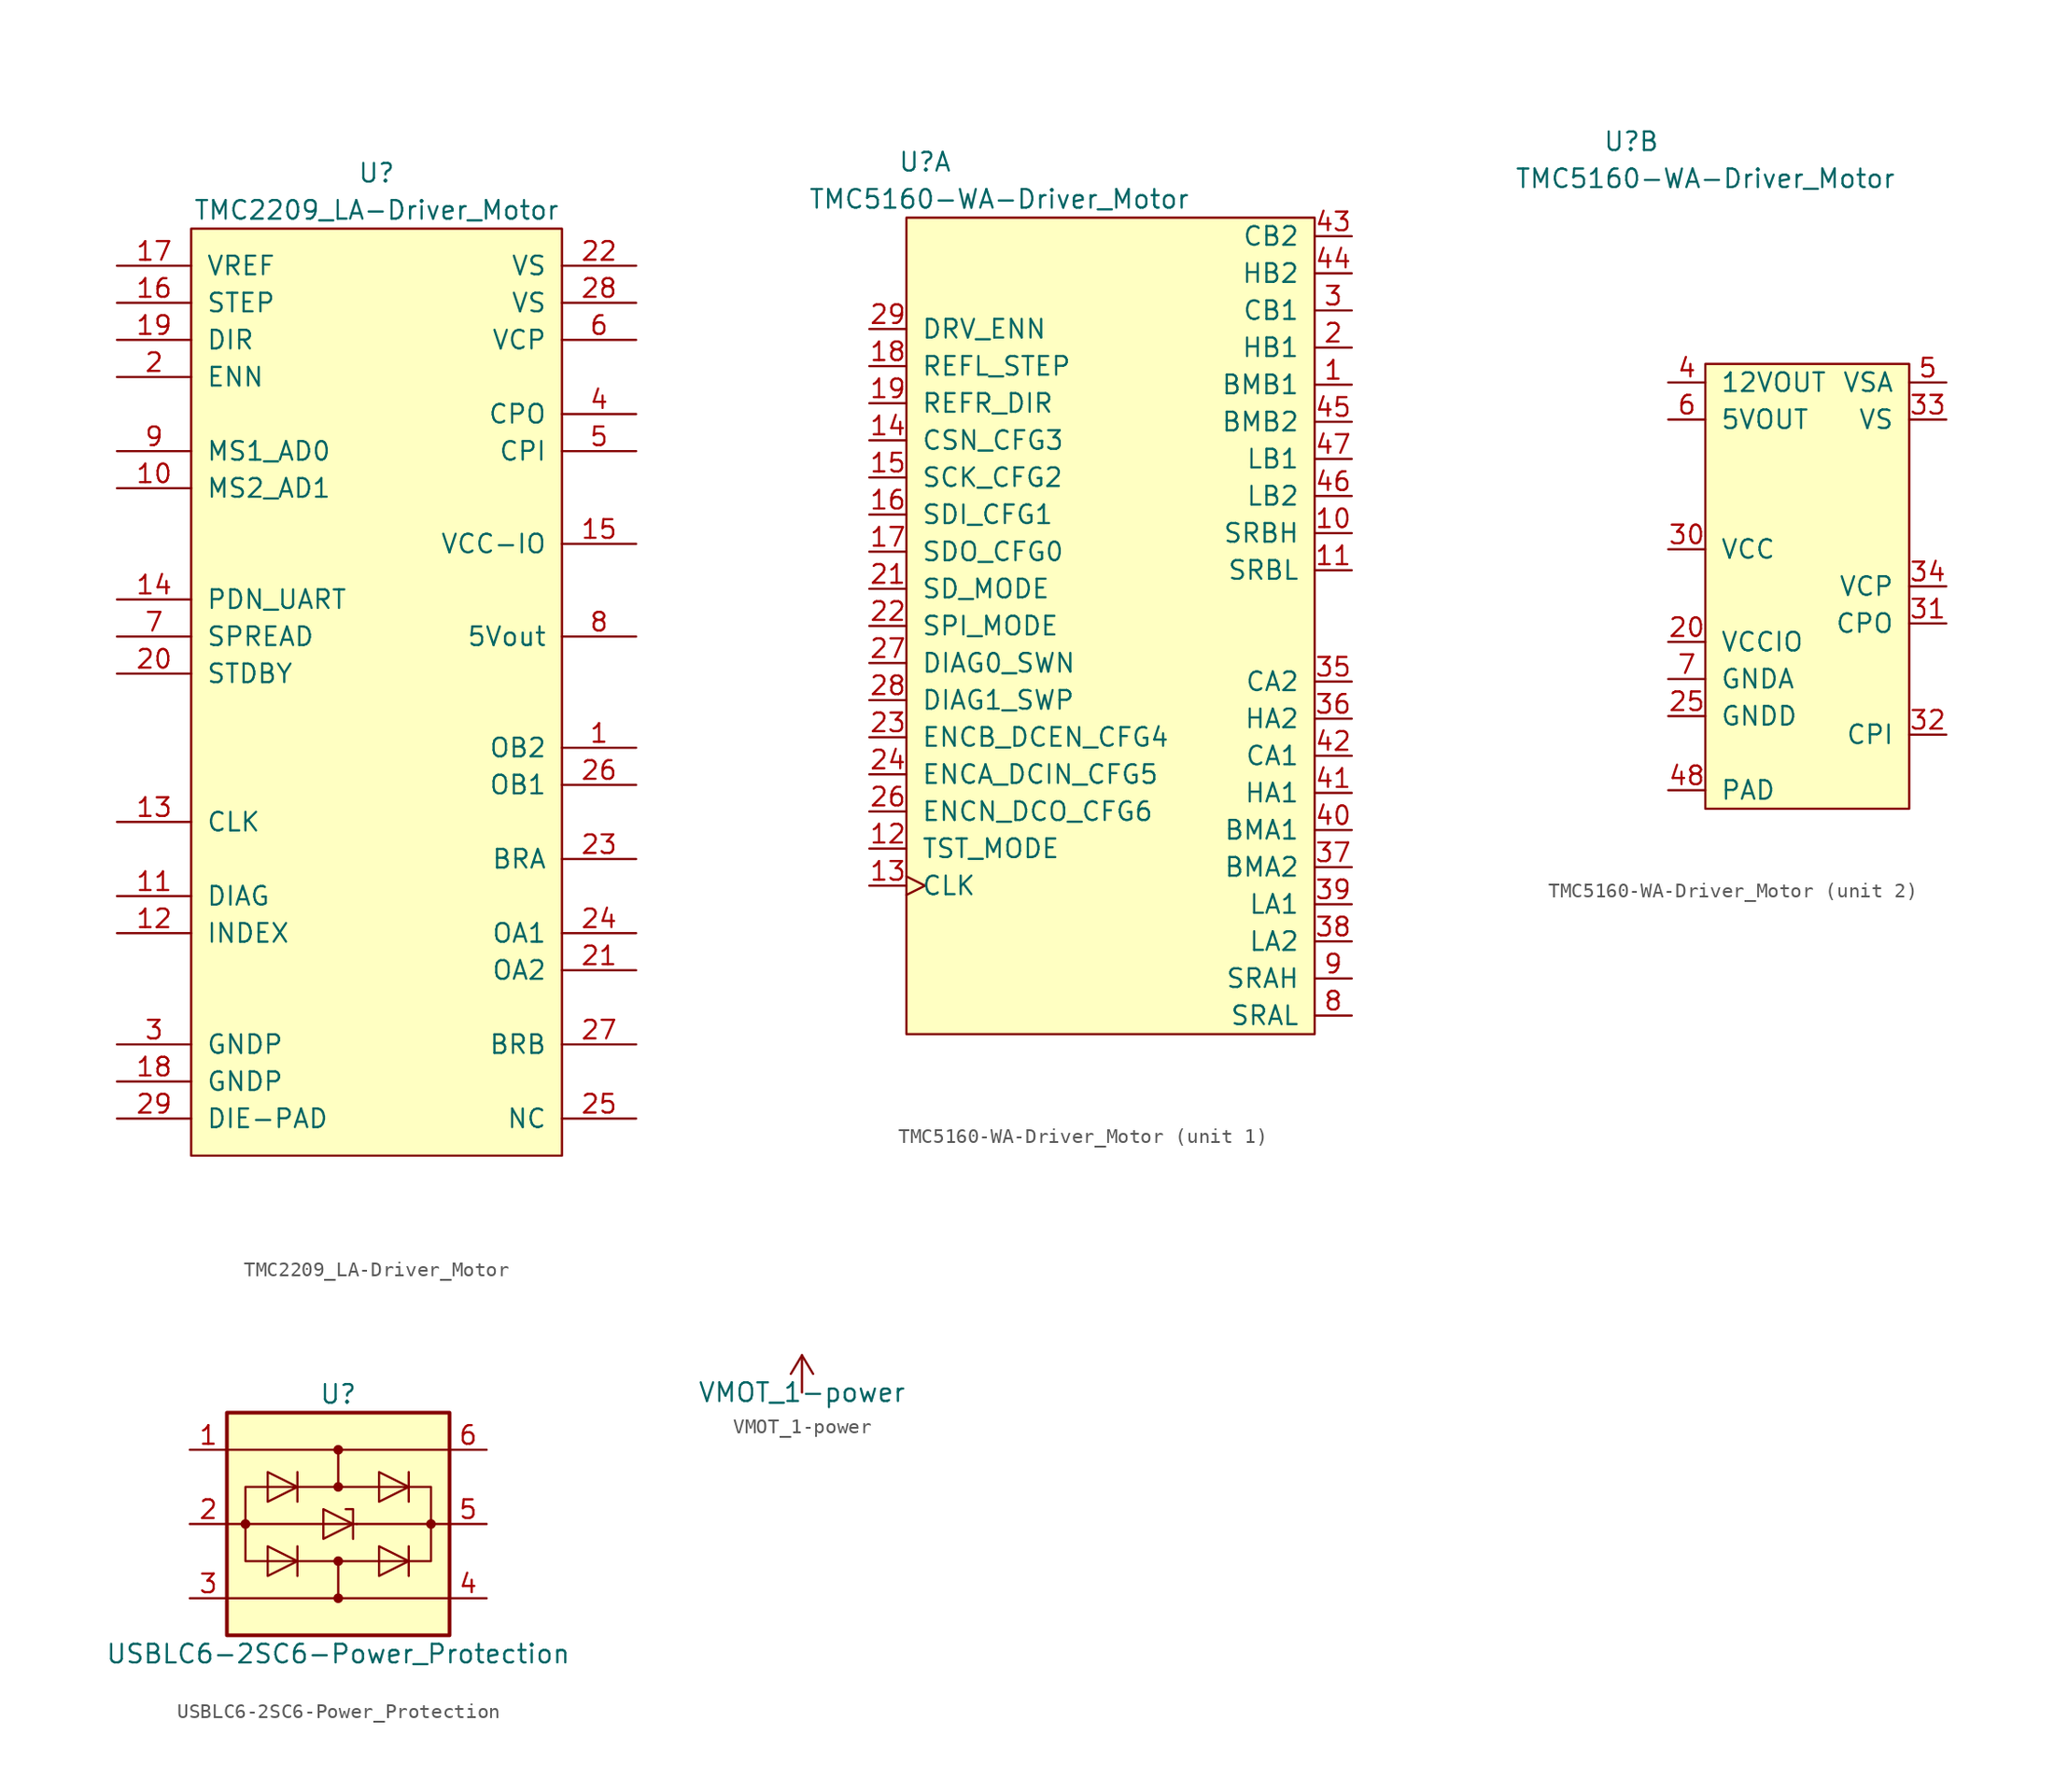
<source format=kicad_sym>
(kicad_symbol_lib
  (version 20211014)
  (generator kicad_symbol_editor)
  (symbol "TMC2209_LA-Driver_Motor"
    (pin_names
      (offset 1.016))
    (property "Reference" "U"
      (at 0 36.83 0)
      (effects (font (size 1.27 1.27))))
    (property "Value" "TMC2209_LA-Driver_Motor"
      (at 0 34.29 0)
      (effects (font (size 1.27 1.27))))
    (symbol "TMC2209_LA-Driver_Motor_1_1"
      (rectangle (start -12.7 33.02) (end 12.7 -30.48) (stroke (width 0) (type default) (color 0 0 0 0)) (fill (type background)))
      (pin input line (at 17.78 -2.54 180) (length 5.08) (name "OB2" (effects (font (size 1.27 1.27)))) (number "1" (effects (font (size 1.27 1.27)))))
      (pin input line (at -17.78 15.24 0) (length 5.08) (name "MS2_AD1" (effects (font (size 1.27 1.27)))) (number "10" (effects (font (size 1.27 1.27)))))
      (pin input line (at -17.78 -12.7 0) (length 5.08) (name "DIAG" (effects (font (size 1.27 1.27)))) (number "11" (effects (font (size 1.27 1.27)))))
      (pin input line (at -17.78 -15.24 0) (length 5.08) (name "INDEX" (effects (font (size 1.27 1.27)))) (number "12" (effects (font (size 1.27 1.27)))))
      (pin input line (at -17.78 -7.62 0) (length 5.08) (name "CLK" (effects (font (size 1.27 1.27)))) (number "13" (effects (font (size 1.27 1.27)))))
      (pin input line (at -17.78 7.62 0) (length 5.08) (name "PDN_UART" (effects (font (size 1.27 1.27)))) (number "14" (effects (font (size 1.27 1.27)))))
      (pin input line (at 17.78 11.43 180) (length 5.08) (name "VCC-IO" (effects (font (size 1.27 1.27)))) (number "15" (effects (font (size 1.27 1.27)))))
      (pin input line (at -17.78 27.94 0) (length 5.08) (name "STEP" (effects (font (size 1.27 1.27)))) (number "16" (effects (font (size 1.27 1.27)))))
      (pin input line (at -17.78 30.48 0) (length 5.08) (name "VREF" (effects (font (size 1.27 1.27)))) (number "17" (effects (font (size 1.27 1.27)))))
      (pin input line (at -17.78 -25.4 0) (length 5.08) (name "GNDP" (effects (font (size 1.27 1.27)))) (number "18" (effects (font (size 1.27 1.27)))))
      (pin input line (at -17.78 25.4 0) (length 5.08) (name "DIR" (effects (font (size 1.27 1.27)))) (number "19" (effects (font (size 1.27 1.27)))))
      (pin input line (at -17.78 22.86 0) (length 5.08) (name "ENN" (effects (font (size 1.27 1.27)))) (number "2" (effects (font (size 1.27 1.27)))))
      (pin input line (at -17.78 2.54 0) (length 5.08) (name "STDBY" (effects (font (size 1.27 1.27)))) (number "20" (effects (font (size 1.27 1.27)))))
      (pin input line (at 17.78 -17.78 180) (length 5.08) (name "OA2" (effects (font (size 1.27 1.27)))) (number "21" (effects (font (size 1.27 1.27)))))
      (pin input line (at 17.78 30.48 180) (length 5.08) (name "VS" (effects (font (size 1.27 1.27)))) (number "22" (effects (font (size 1.27 1.27)))))
      (pin input line (at 17.78 -10.16 180) (length 5.08) (name "BRA" (effects (font (size 1.27 1.27)))) (number "23" (effects (font (size 1.27 1.27)))))
      (pin input line (at 17.78 -15.24 180) (length 5.08) (name "OA1" (effects (font (size 1.27 1.27)))) (number "24" (effects (font (size 1.27 1.27)))))
      (pin input line (at 17.78 -27.94 180) (length 5.08) (name "NC" (effects (font (size 1.27 1.27)))) (number "25" (effects (font (size 1.27 1.27)))))
      (pin input line (at 17.78 -5.08 180) (length 5.08) (name "OB1" (effects (font (size 1.27 1.27)))) (number "26" (effects (font (size 1.27 1.27)))))
      (pin input line (at 17.78 -22.86 180) (length 5.08) (name "BRB" (effects (font (size 1.27 1.27)))) (number "27" (effects (font (size 1.27 1.27)))))
      (pin input line (at 17.78 27.94 180) (length 5.08) (name "VS" (effects (font (size 1.27 1.27)))) (number "28" (effects (font (size 1.27 1.27)))))
      (pin input line (at -17.78 -27.94 0) (length 5.08) (name "DIE-PAD" (effects (font (size 1.27 1.27)))) (number "29" (effects (font (size 1.27 1.27)))))
      (pin input line (at -17.78 -22.86 0) (length 5.08) (name "GNDP" (effects (font (size 1.27 1.27)))) (number "3" (effects (font (size 1.27 1.27)))))
      (pin input line (at 17.78 20.32 180) (length 5.08) (name "CPO" (effects (font (size 1.27 1.27)))) (number "4" (effects (font (size 1.27 1.27)))))
      (pin input line (at 17.78 17.78 180) (length 5.08) (name "CPI" (effects (font (size 1.27 1.27)))) (number "5" (effects (font (size 1.27 1.27)))))
      (pin input line (at 17.78 25.4 180) (length 5.08) (name "VCP" (effects (font (size 1.27 1.27)))) (number "6" (effects (font (size 1.27 1.27)))))
      (pin input line (at -17.78 5.08 0) (length 5.08) (name "SPREAD" (effects (font (size 1.27 1.27)))) (number "7" (effects (font (size 1.27 1.27)))))
      (pin input line (at 17.78 5.08 180) (length 5.08) (name "5Vout" (effects (font (size 1.27 1.27)))) (number "8" (effects (font (size 1.27 1.27)))))
      (pin input line (at -17.78 17.78 0) (length 5.08) (name "MS1_AD0" (effects (font (size 1.27 1.27)))) (number "9" (effects (font (size 1.27 1.27)))))))
  (symbol "TMC5160-WA-Driver_Motor"
    (pin_names
      (offset 1.016))
    (property "Reference" "U"
      (at -12.7 31.75 0)
      (effects (font (size 1.27 1.27))))
    (property "Value" "TMC5160-WA-Driver_Motor"
      (at -7.62 29.21 0)
      (effects (font (size 1.27 1.27))))
    (property "ki_locked" ""
      (at 0 0 0)
      (effects (font (size 1.27 1.27))))
    (symbol "TMC5160-WA-Driver_Motor_1_1"
      (rectangle (start -13.97 27.94) (end 13.97 -27.94) (stroke (width 0) (type default) (color 0 0 0 0)) (fill (type background)))
      (pin passive line (at 16.51 16.51 180) (length 2.54) (name "BMB1" (effects (font (size 1.27 1.27)))) (number "1" (effects (font (size 1.27 1.27)))))
      (pin passive line (at 16.51 6.35 180) (length 2.54) (name "SRBH" (effects (font (size 1.27 1.27)))) (number "10" (effects (font (size 1.27 1.27)))))
      (pin passive line (at 16.51 3.81 180) (length 2.54) (name "SRBL" (effects (font (size 1.27 1.27)))) (number "11" (effects (font (size 1.27 1.27)))))
      (pin input line (at -16.51 -15.24 0) (length 2.54) (name "TST_MODE" (effects (font (size 1.27 1.27)))) (number "12" (effects (font (size 1.27 1.27)))))
      (pin input clock (at -16.51 -17.78 0) (length 2.54) (name "CLK" (effects (font (size 1.27 1.27)))) (number "13" (effects (font (size 1.27 1.27)))))
      (pin input line (at -16.51 12.7 0) (length 2.54) (name "CSN_CFG3" (effects (font (size 1.27 1.27)))) (number "14" (effects (font (size 1.27 1.27)))))
      (pin input line (at -16.51 10.16 0) (length 2.54) (name "SCK_CFG2" (effects (font (size 1.27 1.27)))) (number "15" (effects (font (size 1.27 1.27)))))
      (pin input line (at -16.51 7.62 0) (length 2.54) (name "SDI_CFG1" (effects (font (size 1.27 1.27)))) (number "16" (effects (font (size 1.27 1.27)))))
      (pin bidirectional line (at -16.51 5.08 0) (length 2.54) (name "SDO_CFG0" (effects (font (size 1.27 1.27)))) (number "17" (effects (font (size 1.27 1.27)))))
      (pin input line (at -16.51 17.78 0) (length 2.54) (name "REFL_STEP" (effects (font (size 1.27 1.27)))) (number "18" (effects (font (size 1.27 1.27)))))
      (pin input line (at -16.51 15.24 0) (length 2.54) (name "REFR_DIR" (effects (font (size 1.27 1.27)))) (number "19" (effects (font (size 1.27 1.27)))))
      (pin output line (at 16.51 19.05 180) (length 2.54) (name "HB1" (effects (font (size 1.27 1.27)))) (number "2" (effects (font (size 1.27 1.27)))))
      (pin input line (at -16.51 2.54 0) (length 2.54) (name "SD_MODE" (effects (font (size 1.27 1.27)))) (number "21" (effects (font (size 1.27 1.27)))))
      (pin input line (at -16.51 0 0) (length 2.54) (name "SPI_MODE" (effects (font (size 1.27 1.27)))) (number "22" (effects (font (size 1.27 1.27)))))
      (pin input line (at -16.51 -7.62 0) (length 2.54) (name "ENCB_DCEN_CFG4" (effects (font (size 1.27 1.27)))) (number "23" (effects (font (size 1.27 1.27)))))
      (pin input line (at -16.51 -10.16 0) (length 2.54) (name "ENCA_DCIN_CFG5" (effects (font (size 1.27 1.27)))) (number "24" (effects (font (size 1.27 1.27)))))
      (pin bidirectional line (at -16.51 -12.7 0) (length 2.54) (name "ENCN_DCO_CFG6" (effects (font (size 1.27 1.27)))) (number "26" (effects (font (size 1.27 1.27)))))
      (pin bidirectional line (at -16.51 -2.54 0) (length 2.54) (name "DIAG0_SWN" (effects (font (size 1.27 1.27)))) (number "27" (effects (font (size 1.27 1.27)))))
      (pin bidirectional line (at -16.51 -5.08 0) (length 2.54) (name "DIAG1_SWP" (effects (font (size 1.27 1.27)))) (number "28" (effects (font (size 1.27 1.27)))))
      (pin input line (at -16.51 20.32 0) (length 2.54) (name "DRV_ENN" (effects (font (size 1.27 1.27)))) (number "29" (effects (font (size 1.27 1.27)))))
      (pin passive line (at 16.51 21.59 180) (length 2.54) (name "CB1" (effects (font (size 1.27 1.27)))) (number "3" (effects (font (size 1.27 1.27)))))
      (pin passive line (at 16.51 -3.81 180) (length 2.54) (name "CA2" (effects (font (size 1.27 1.27)))) (number "35" (effects (font (size 1.27 1.27)))))
      (pin output line (at 16.51 -6.35 180) (length 2.54) (name "HA2" (effects (font (size 1.27 1.27)))) (number "36" (effects (font (size 1.27 1.27)))))
      (pin passive line (at 16.51 -16.51 180) (length 2.54) (name "BMA2" (effects (font (size 1.27 1.27)))) (number "37" (effects (font (size 1.27 1.27)))))
      (pin output line (at 16.51 -21.59 180) (length 2.54) (name "LA2" (effects (font (size 1.27 1.27)))) (number "38" (effects (font (size 1.27 1.27)))))
      (pin output line (at 16.51 -19.05 180) (length 2.54) (name "LA1" (effects (font (size 1.27 1.27)))) (number "39" (effects (font (size 1.27 1.27)))))
      (pin passive line (at 16.51 -13.97 180) (length 2.54) (name "BMA1" (effects (font (size 1.27 1.27)))) (number "40" (effects (font (size 1.27 1.27)))))
      (pin output line (at 16.51 -11.43 180) (length 2.54) (name "HA1" (effects (font (size 1.27 1.27)))) (number "41" (effects (font (size 1.27 1.27)))))
      (pin passive line (at 16.51 -8.89 180) (length 2.54) (name "CA1" (effects (font (size 1.27 1.27)))) (number "42" (effects (font (size 1.27 1.27)))))
      (pin passive line (at 16.51 26.67 180) (length 2.54) (name "CB2" (effects (font (size 1.27 1.27)))) (number "43" (effects (font (size 1.27 1.27)))))
      (pin output line (at 16.51 24.13 180) (length 2.54) (name "HB2" (effects (font (size 1.27 1.27)))) (number "44" (effects (font (size 1.27 1.27)))))
      (pin passive line (at 16.51 13.97 180) (length 2.54) (name "BMB2" (effects (font (size 1.27 1.27)))) (number "45" (effects (font (size 1.27 1.27)))))
      (pin output line (at 16.51 8.89 180) (length 2.54) (name "LB2" (effects (font (size 1.27 1.27)))) (number "46" (effects (font (size 1.27 1.27)))))
      (pin output line (at 16.51 11.43 180) (length 2.54) (name "LB1" (effects (font (size 1.27 1.27)))) (number "47" (effects (font (size 1.27 1.27)))))
      (pin passive line (at 16.51 -26.67 180) (length 2.54) (name "SRAL" (effects (font (size 1.27 1.27)))) (number "8" (effects (font (size 1.27 1.27)))))
      (pin passive line (at 16.51 -24.13 180) (length 2.54) (name "SRAH" (effects (font (size 1.27 1.27)))) (number "9" (effects (font (size 1.27 1.27))))))
    (symbol "TMC5160-WA-Driver_Motor_2_1"
      (rectangle (start -7.62 16.51) (end 6.35 -13.97) (stroke (width 0) (type default) (color 0 0 0 0)) (fill (type background)))
      (pin power_in line (at -10.16 -2.54 0) (length 2.54) (name "VCCIO" (effects (font (size 1.27 1.27)))) (number "20" (effects (font (size 1.27 1.27)))))
      (pin power_in line (at -10.16 -7.62 0) (length 2.54) (name "GNDD" (effects (font (size 1.27 1.27)))) (number "25" (effects (font (size 1.27 1.27)))))
      (pin power_in line (at -10.16 3.81 0) (length 2.54) (name "VCC" (effects (font (size 1.27 1.27)))) (number "30" (effects (font (size 1.27 1.27)))))
      (pin output line (at 8.89 -1.27 180) (length 2.54) (name "CPO" (effects (font (size 1.27 1.27)))) (number "31" (effects (font (size 1.27 1.27)))))
      (pin output line (at 8.89 -8.89 180) (length 2.54) (name "CPI" (effects (font (size 1.27 1.27)))) (number "32" (effects (font (size 1.27 1.27)))))
      (pin power_in line (at 8.89 12.7 180) (length 2.54) (name "VS" (effects (font (size 1.27 1.27)))) (number "33" (effects (font (size 1.27 1.27)))))
      (pin power_in line (at 8.89 1.27 180) (length 2.54) (name "VCP" (effects (font (size 1.27 1.27)))) (number "34" (effects (font (size 1.27 1.27)))))
      (pin power_out line (at -10.16 15.24 0) (length 2.54) (name "12VOUT" (effects (font (size 1.27 1.27)))) (number "4" (effects (font (size 1.27 1.27)))))
      (pin power_in line (at -10.16 -12.7 0) (length 2.54) (name "PAD" (effects (font (size 1.27 1.27)))) (number "48" (effects (font (size 1.27 1.27)))))
      (pin power_in line (at 8.89 15.24 180) (length 2.54) (name "VSA" (effects (font (size 1.27 1.27)))) (number "5" (effects (font (size 1.27 1.27)))))
      (pin power_out line (at -10.16 12.7 0) (length 2.54) (name "5VOUT" (effects (font (size 1.27 1.27)))) (number "6" (effects (font (size 1.27 1.27)))))
      (pin power_in line (at -10.16 -5.08 0) (length 2.54) (name "GNDA" (effects (font (size 1.27 1.27)))) (number "7" (effects (font (size 1.27 1.27)))))))
  (symbol "USBLC6-2SC6-Power_Protection"
    (pin_names hide)
    (property "Reference" "U"
      (at 0 8.89 0)
      (effects (font (size 1.27 1.27))))
    (property "Value" "USBLC6-2SC6-Power_Protection"
      (at 0 -8.89 0)
      (effects (font (size 1.27 1.27))))
    (symbol "USBLC6-2SC6-Power_Protection_0_1"
      (rectangle (start -7.62 7.62) (end 7.62 -7.62) (stroke (width 0.254) (type default) (color 0 0 0 0)) (fill (type background)))
      (circle (center -6.35 0) (radius 0.254) (stroke (width 0) (type default) (color 0 0 0 0)) (fill (type outline)))
      (circle (center 0 -5.08) (radius 0.254) (stroke (width 0) (type default) (color 0 0 0 0)) (fill (type outline)))
      (circle (center 0 -2.54) (radius 0.254) (stroke (width 0) (type default) (color 0 0 0 0)) (fill (type outline)))
      (polyline (pts (xy -7.62 -5.08) (xy 7.62 -5.08)) (stroke (width 0) (type default) (color 0 0 0 0)) (fill (type none)))
      (polyline (pts (xy -7.62 0) (xy -6.35 0)) (stroke (width 0) (type default) (color 0 0 0 0)) (fill (type none)))
      (polyline (pts (xy -7.62 5.08) (xy 7.62 5.08)) (stroke (width 0) (type default) (color 0 0 0 0)) (fill (type none)))
      (polyline (pts (xy -6.35 0) (xy 1.27 0)) (stroke (width 0) (type default) (color 0 0 0 0)) (fill (type none)))
      (polyline (pts (xy -2.794 -1.524) (xy -2.794 -3.556)) (stroke (width 0) (type default) (color 0 0 0 0)) (fill (type none)))
      (polyline (pts (xy -2.794 1.524) (xy -2.794 3.556)) (stroke (width 0) (type default) (color 0 0 0 0)) (fill (type none)))
      (polyline (pts (xy 0 -2.54) (xy 0 -5.08)) (stroke (width 0) (type default) (color 0 0 0 0)) (fill (type none)))
      (polyline (pts (xy 0 2.54) (xy 0 5.08)) (stroke (width 0) (type default) (color 0 0 0 0)) (fill (type none)))
      (polyline (pts (xy 1.27 0) (xy 6.35 0)) (stroke (width 0) (type default) (color 0 0 0 0)) (fill (type none)))
      (polyline (pts (xy 4.826 -1.524) (xy 4.826 -3.556)) (stroke (width 0) (type default) (color 0 0 0 0)) (fill (type none)))
      (polyline (pts (xy 4.826 1.524) (xy 4.826 3.556)) (stroke (width 0) (type default) (color 0 0 0 0)) (fill (type none)))
      (polyline (pts (xy 6.35 0) (xy 7.62 0)) (stroke (width 0) (type default) (color 0 0 0 0)) (fill (type none)))
      (polyline (pts (xy -4.826 -3.556) (xy -4.826 -1.524) (xy -2.794 -2.54) (xy -4.826 -3.556)) (stroke (width 0) (type default) (color 0 0 0 0)) (fill (type none)))
      (polyline (pts (xy -4.826 3.556) (xy -4.826 1.524) (xy -2.794 2.54) (xy -4.826 3.556)) (stroke (width 0) (type default) (color 0 0 0 0)) (fill (type none)))
      (polyline (pts (xy -1.016 1.016) (xy -1.016 -1.016) (xy 1.016 0) (xy -1.016 1.016)) (stroke (width 0) (type default) (color 0 0 0 0)) (fill (type none)))
      (polyline (pts (xy 1.016 -1.016) (xy 1.016 -0.762) (xy 1.016 1.016) (xy 0.508 1.016)) (stroke (width 0) (type default) (color 0 0 0 0)) (fill (type none)))
      (polyline (pts (xy 2.794 -3.556) (xy 2.794 -1.524) (xy 4.826 -2.54) (xy 2.794 -3.556)) (stroke (width 0) (type default) (color 0 0 0 0)) (fill (type none)))
      (polyline (pts (xy 2.794 3.556) (xy 2.794 1.524) (xy 4.826 2.54) (xy 2.794 3.556)) (stroke (width 0) (type default) (color 0 0 0 0)) (fill (type none)))
      (circle (center 0 2.54) (radius 0.254) (stroke (width 0) (type default) (color 0 0 0 0)) (fill (type outline)))
      (circle (center 0 5.08) (radius 0.254) (stroke (width 0) (type default) (color 0 0 0 0)) (fill (type outline)))
      (circle (center 6.35 0) (radius 0.254) (stroke (width 0) (type default) (color 0 0 0 0)) (fill (type outline)))
      (rectangle (start 6.35 2.54) (end -6.35 -2.54) (stroke (width 0) (type default) (color 0 0 0 0)) (fill (type none))))
    (symbol "USBLC6-2SC6-Power_Protection_1_1"
      (pin passive line (at -10.16 5.08 0) (length 2.54) (name "I/O1" (effects (font (size 1.27 1.27)))) (number "1" (effects (font (size 1.27 1.27)))))
      (pin passive line (at -10.16 0 0) (length 2.54) (name "GND" (effects (font (size 1.27 1.27)))) (number "2" (effects (font (size 1.27 1.27)))))
      (pin passive line (at -10.16 -5.08 0) (length 2.54) (name "I/O2" (effects (font (size 1.27 1.27)))) (number "3" (effects (font (size 1.27 1.27)))))
      (pin passive line (at 10.16 -5.08 180) (length 2.54) (name "I/O2" (effects (font (size 1.27 1.27)))) (number "4" (effects (font (size 1.27 1.27)))))
      (pin passive line (at 10.16 0 180) (length 2.54) (name "VBUS" (effects (font (size 1.27 1.27)))) (number "5" (effects (font (size 1.27 1.27)))))
      (pin passive line (at 10.16 5.08 180) (length 2.54) (name "I/O1" (effects (font (size 1.27 1.27)))) (number "6" (effects (font (size 1.27 1.27)))))))
  (symbol "VMOT_1-power"
    (pin_names
      (offset 1.016))
    (property "Reference" "#PWR"
      (at 0 0 0)
      (effects (font (size 1.27 1.27)) hide))
    (property "Value" "VMOT_1-power"
      (at 0 0 0)
      (effects (font (size 1.27 1.27))))
    (symbol "VMOT_1-power_1_1"
      (polyline (pts (xy -0.762 1.27) (xy 0 2.54)) (stroke (width 0) (type default) (color 0 0 0 0)) (fill (type none)))
      (polyline (pts (xy 0 0) (xy 0 2.54)) (stroke (width 0) (type default) (color 0 0 0 0)) (fill (type none)))
      (polyline (pts (xy 0 2.54) (xy 0.762 1.27)) (stroke (width 0) (type default) (color 0 0 0 0)) (fill (type none)))
      (pin power_in line (at 0 0 90) (length 0) hide (name "VMOT_1" (effects (font (size 1.27 1.27)))) (number "1" (effects (font (size 1.27 1.27))))))))
</source>
